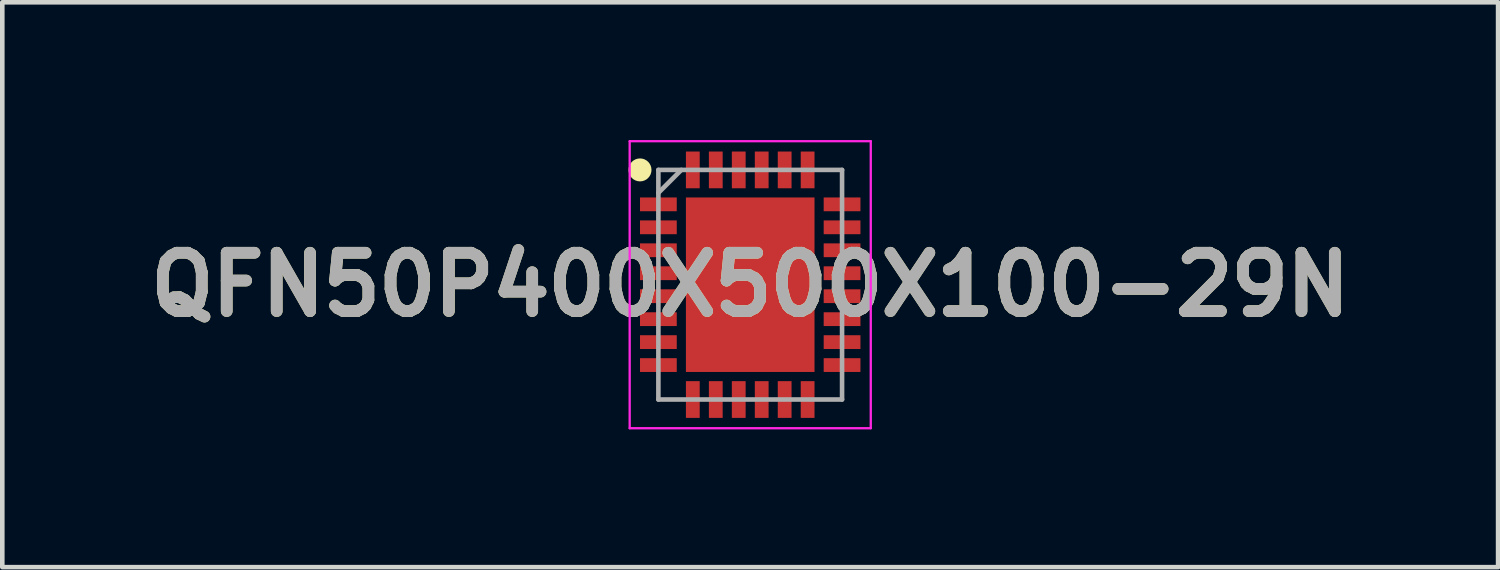
<source format=kicad_pcb>
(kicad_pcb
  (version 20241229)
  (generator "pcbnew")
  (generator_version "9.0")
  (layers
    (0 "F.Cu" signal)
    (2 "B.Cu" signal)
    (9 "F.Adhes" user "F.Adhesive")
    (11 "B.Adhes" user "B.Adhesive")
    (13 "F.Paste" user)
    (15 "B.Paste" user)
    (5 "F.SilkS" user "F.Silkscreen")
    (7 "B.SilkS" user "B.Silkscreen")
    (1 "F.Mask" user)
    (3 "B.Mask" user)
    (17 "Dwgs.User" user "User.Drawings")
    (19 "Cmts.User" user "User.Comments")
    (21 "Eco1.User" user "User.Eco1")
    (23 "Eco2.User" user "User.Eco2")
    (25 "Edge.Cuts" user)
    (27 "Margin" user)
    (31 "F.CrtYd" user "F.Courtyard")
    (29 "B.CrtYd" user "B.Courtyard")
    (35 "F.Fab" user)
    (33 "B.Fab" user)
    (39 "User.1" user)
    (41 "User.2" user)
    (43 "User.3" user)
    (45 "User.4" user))
  (footprint "QFN50P400X500X100-29N"
    (layer "F.Cu")
    (at 13.287 3.15)
    (property "Reference" "QFN50P400X500X100-29N" (at 0 0 0) (layer "F.SilkS") (effects (font (size 1.27 1.27) (thickness 0.254))))
    (attr smd)
    (fp_circle (center -2.4 -2.5) (end -2.4 -2.375) (stroke (width 0.25) (type solid)) (fill no) (layer "F.SilkS"))
    (fp_line (start -2.625 -3.125) (end 2.625 -3.125) (stroke (width 0.05) (type solid)) (layer "F.CrtYd"))
    (fp_line (start -2.625 3.125) (end -2.625 -3.125) (stroke (width 0.05) (type solid)) (layer "F.CrtYd"))
    (fp_line (start 2.625 -3.125) (end 2.625 3.125) (stroke (width 0.05) (type solid)) (layer "F.CrtYd"))
    (fp_line (start 2.625 3.125) (end -2.625 3.125) (stroke (width 0.05) (type solid)) (layer "F.CrtYd"))
    (fp_line (start -2 -2.5) (end 2 -2.5) (stroke (width 0.1) (type solid)) (layer "F.Fab"))
    (fp_line (start -2 -2) (end -1.5 -2.5) (stroke (width 0.1) (type solid)) (layer "F.Fab"))
    (fp_line (start -2 2.5) (end -2 -2.5) (stroke (width 0.1) (type solid)) (layer "F.Fab"))
    (fp_line (start 2 -2.5) (end 2 2.5) (stroke (width 0.1) (type solid)) (layer "F.Fab"))
    (fp_line (start 2 2.5) (end -2 2.5) (stroke (width 0.1) (type solid)) (layer "F.Fab"))
    (fp_text user "${REFERENCE}" (at 0 0 0) (layer "F.Fab") (effects (font (size 1.27 1.27) (thickness 0.254))))
    (pad "1" smd rect (at -2 -1.75 90) (size 0.3 0.8) (layers "F.Cu" "F.Mask" "F.Paste"))
    (pad "2" smd rect (at -2 -1.25 90) (size 0.3 0.8) (layers "F.Cu" "F.Mask" "F.Paste"))
    (pad "3" smd rect (at -2 -0.75 90) (size 0.3 0.8) (layers "F.Cu" "F.Mask" "F.Paste"))
    (pad "4" smd rect (at -2 -0.25 90) (size 0.3 0.8) (layers "F.Cu" "F.Mask" "F.Paste"))
    (pad "5" smd rect (at -2 0.25 90) (size 0.3 0.8) (layers "F.Cu" "F.Mask" "F.Paste"))
    (pad "6" smd rect (at -2 0.75 90) (size 0.3 0.8) (layers "F.Cu" "F.Mask" "F.Paste"))
    (pad "7" smd rect (at -2 1.25 90) (size 0.3 0.8) (layers "F.Cu" "F.Mask" "F.Paste"))
    (pad "8" smd rect (at -2 1.75 90) (size 0.3 0.8) (layers "F.Cu" "F.Mask" "F.Paste"))
    (pad "9" smd rect (at -1.25 2.5) (size 0.3 0.8) (layers "F.Cu" "F.Mask" "F.Paste"))
    (pad "10" smd rect (at -0.75 2.5) (size 0.3 0.8) (layers "F.Cu" "F.Mask" "F.Paste"))
    (pad "11" smd rect (at -0.25 2.5) (size 0.3 0.8) (layers "F.Cu" "F.Mask" "F.Paste"))
    (pad "12" smd rect (at 0.25 2.5) (size 0.3 0.8) (layers "F.Cu" "F.Mask" "F.Paste"))
    (pad "13" smd rect (at 0.75 2.5) (size 0.3 0.8) (layers "F.Cu" "F.Mask" "F.Paste"))
    (pad "14" smd rect (at 1.25 2.5) (size 0.3 0.8) (layers "F.Cu" "F.Mask" "F.Paste"))
    (pad "15" smd rect (at 2 1.75 90) (size 0.3 0.8) (layers "F.Cu" "F.Mask" "F.Paste"))
    (pad "16" smd rect (at 2 1.25 90) (size 0.3 0.8) (layers "F.Cu" "F.Mask" "F.Paste"))
    (pad "17" smd rect (at 2 0.75 90) (size 0.3 0.8) (layers "F.Cu" "F.Mask" "F.Paste"))
    (pad "18" smd rect (at 2 0.25 90) (size 0.3 0.8) (layers "F.Cu" "F.Mask" "F.Paste"))
    (pad "19" smd rect (at 2 -0.25 90) (size 0.3 0.8) (layers "F.Cu" "F.Mask" "F.Paste"))
    (pad "20" smd rect (at 2 -0.75 90) (size 0.3 0.8) (layers "F.Cu" "F.Mask" "F.Paste"))
    (pad "21" smd rect (at 2 -1.25 90) (size 0.3 0.8) (layers "F.Cu" "F.Mask" "F.Paste"))
    (pad "22" smd rect (at 2 -1.75 90) (size 0.3 0.8) (layers "F.Cu" "F.Mask" "F.Paste"))
    (pad "23" smd rect (at 1.25 -2.5) (size 0.3 0.8) (layers "F.Cu" "F.Mask" "F.Paste"))
    (pad "24" smd rect (at 0.75 -2.5) (size 0.3 0.8) (layers "F.Cu" "F.Mask" "F.Paste"))
    (pad "25" smd rect (at 0.25 -2.5) (size 0.3 0.8) (layers "F.Cu" "F.Mask" "F.Paste"))
    (pad "26" smd rect (at -0.25 -2.5) (size 0.3 0.8) (layers "F.Cu" "F.Mask" "F.Paste"))
    (pad "27" smd rect (at -0.75 -2.5) (size 0.3 0.8) (layers "F.Cu" "F.Mask" "F.Paste"))
    (pad "28" smd rect (at -1.25 -2.5) (size 0.3 0.8) (layers "F.Cu" "F.Mask" "F.Paste"))
    (pad "29" smd rect (at 0 0) (size 2.8 3.8) (layers "F.Cu" "F.Mask" "F.Paste")))
  (gr_rect
    (start -3 -3)
    (end 29.573 9.3)
    (stroke (width 0.1) (type default))
    (fill no)
    (layer "Edge.Cuts")))
</source>
